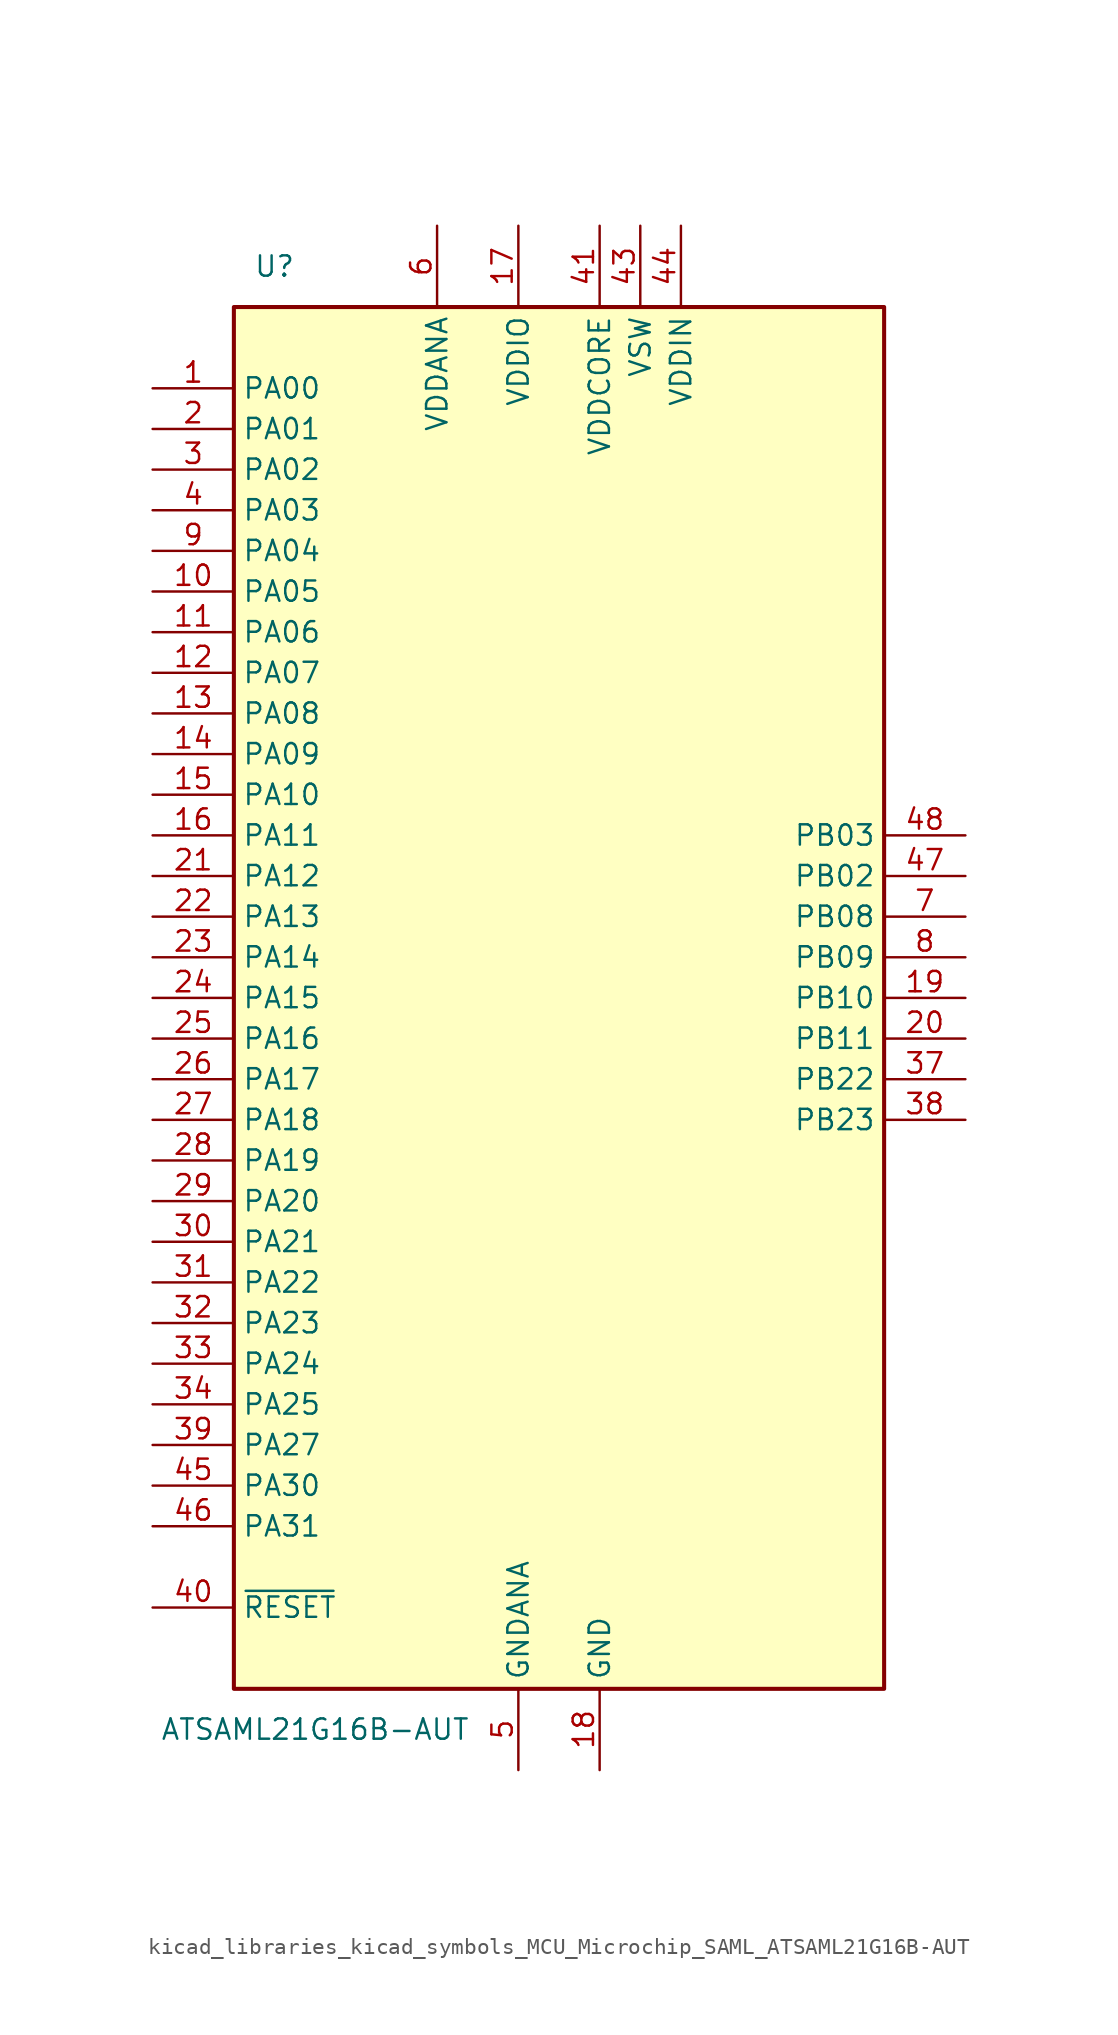
<source format=kicad_sym>
(kicad_symbol_lib
  (version 20220914)
  (generator kicad_symbol_editor)
  (symbol "kicad_libraries_kicad_symbols_MCU_Microchip_SAML_ATSAML21G16B-AUT"
    (property "Reference" "U"
      (at -17.78 45.72 0)
      (effects (font (size 1.27 1.27))))
    (property "Value" "ATSAML21G16B-AUT"
      (at -15.24 -45.72 0)
      (effects (font (size 1.27 1.27))))
    (symbol "kicad_libraries_kicad_symbols_MCU_Microchip_SAML_ATSAML21G16B-AUT_0_1"
      (rectangle (start -20.32 43.18) (end 20.32 -43.18) (stroke (width 0.254) (type default)) (fill (type background))))
    (symbol "kicad_libraries_kicad_symbols_MCU_Microchip_SAML_ATSAML21G16B-AUT_1_1"
      (pin bidirectional line (at -25.4 38.1 0) (length 5.08) (name "PA00" (effects (font (size 1.27 1.27)))) (number "1" (effects (font (size 1.27 1.27)))))
      (pin bidirectional line (at -25.4 25.4 0) (length 5.08) (name "PA05" (effects (font (size 1.27 1.27)))) (number "10" (effects (font (size 1.27 1.27)))))
      (pin bidirectional line (at -25.4 22.86 0) (length 5.08) (name "PA06" (effects (font (size 1.27 1.27)))) (number "11" (effects (font (size 1.27 1.27)))))
      (pin bidirectional line (at -25.4 20.32 0) (length 5.08) (name "PA07" (effects (font (size 1.27 1.27)))) (number "12" (effects (font (size 1.27 1.27)))))
      (pin bidirectional line (at -25.4 17.78 0) (length 5.08) (name "PA08" (effects (font (size 1.27 1.27)))) (number "13" (effects (font (size 1.27 1.27)))))
      (pin bidirectional line (at -25.4 15.24 0) (length 5.08) (name "PA09" (effects (font (size 1.27 1.27)))) (number "14" (effects (font (size 1.27 1.27)))))
      (pin bidirectional line (at -25.4 12.7 0) (length 5.08) (name "PA10" (effects (font (size 1.27 1.27)))) (number "15" (effects (font (size 1.27 1.27)))))
      (pin bidirectional line (at -25.4 10.16 0) (length 5.08) (name "PA11" (effects (font (size 1.27 1.27)))) (number "16" (effects (font (size 1.27 1.27)))))
      (pin power_in line (at -2.54 48.26 270) (length 5.08) (name "VDDIO" (effects (font (size 1.27 1.27)))) (number "17" (effects (font (size 1.27 1.27)))))
      (pin power_in line (at 2.54 -48.26 90) (length 5.08) (name "GND" (effects (font (size 1.27 1.27)))) (number "18" (effects (font (size 1.27 1.27)))))
      (pin bidirectional line (at 25.4 0 180) (length 5.08) (name "PB10" (effects (font (size 1.27 1.27)))) (number "19" (effects (font (size 1.27 1.27)))))
      (pin bidirectional line (at -25.4 35.56 0) (length 5.08) (name "PA01" (effects (font (size 1.27 1.27)))) (number "2" (effects (font (size 1.27 1.27)))))
      (pin bidirectional line (at 25.4 -2.54 180) (length 5.08) (name "PB11" (effects (font (size 1.27 1.27)))) (number "20" (effects (font (size 1.27 1.27)))))
      (pin bidirectional line (at -25.4 7.62 0) (length 5.08) (name "PA12" (effects (font (size 1.27 1.27)))) (number "21" (effects (font (size 1.27 1.27)))))
      (pin bidirectional line (at -25.4 5.08 0) (length 5.08) (name "PA13" (effects (font (size 1.27 1.27)))) (number "22" (effects (font (size 1.27 1.27)))))
      (pin bidirectional line (at -25.4 2.54 0) (length 5.08) (name "PA14" (effects (font (size 1.27 1.27)))) (number "23" (effects (font (size 1.27 1.27)))))
      (pin bidirectional line (at -25.4 0 0) (length 5.08) (name "PA15" (effects (font (size 1.27 1.27)))) (number "24" (effects (font (size 1.27 1.27)))))
      (pin bidirectional line (at -25.4 -2.54 0) (length 5.08) (name "PA16" (effects (font (size 1.27 1.27)))) (number "25" (effects (font (size 1.27 1.27)))))
      (pin bidirectional line (at -25.4 -5.08 0) (length 5.08) (name "PA17" (effects (font (size 1.27 1.27)))) (number "26" (effects (font (size 1.27 1.27)))))
      (pin bidirectional line (at -25.4 -7.62 0) (length 5.08) (name "PA18" (effects (font (size 1.27 1.27)))) (number "27" (effects (font (size 1.27 1.27)))))
      (pin bidirectional line (at -25.4 -10.16 0) (length 5.08) (name "PA19" (effects (font (size 1.27 1.27)))) (number "28" (effects (font (size 1.27 1.27)))))
      (pin bidirectional line (at -25.4 -12.7 0) (length 5.08) (name "PA20" (effects (font (size 1.27 1.27)))) (number "29" (effects (font (size 1.27 1.27)))))
      (pin bidirectional line (at -25.4 33.02 0) (length 5.08) (name "PA02" (effects (font (size 1.27 1.27)))) (number "3" (effects (font (size 1.27 1.27)))))
      (pin bidirectional line (at -25.4 -15.24 0) (length 5.08) (name "PA21" (effects (font (size 1.27 1.27)))) (number "30" (effects (font (size 1.27 1.27)))))
      (pin bidirectional line (at -25.4 -17.78 0) (length 5.08) (name "PA22" (effects (font (size 1.27 1.27)))) (number "31" (effects (font (size 1.27 1.27)))))
      (pin bidirectional line (at -25.4 -20.32 0) (length 5.08) (name "PA23" (effects (font (size 1.27 1.27)))) (number "32" (effects (font (size 1.27 1.27)))))
      (pin bidirectional line (at -25.4 -22.86 0) (length 5.08) (name "PA24" (effects (font (size 1.27 1.27)))) (number "33" (effects (font (size 1.27 1.27)))))
      (pin bidirectional line (at -25.4 -25.4 0) (length 5.08) (name "PA25" (effects (font (size 1.27 1.27)))) (number "34" (effects (font (size 1.27 1.27)))))
      (pin passive line (at 2.54 -48.26 90) (length 5.08) hide (name "GND" (effects (font (size 1.27 1.27)))) (number "35" (effects (font (size 1.27 1.27)))))
      (pin passive line (at -2.54 48.26 270) (length 5.08) hide (name "VDDIO" (effects (font (size 1.27 1.27)))) (number "36" (effects (font (size 1.27 1.27)))))
      (pin bidirectional line (at 25.4 -5.08 180) (length 5.08) (name "PB22" (effects (font (size 1.27 1.27)))) (number "37" (effects (font (size 1.27 1.27)))))
      (pin bidirectional line (at 25.4 -7.62 180) (length 5.08) (name "PB23" (effects (font (size 1.27 1.27)))) (number "38" (effects (font (size 1.27 1.27)))))
      (pin bidirectional line (at -25.4 -27.94 0) (length 5.08) (name "PA27" (effects (font (size 1.27 1.27)))) (number "39" (effects (font (size 1.27 1.27)))))
      (pin bidirectional line (at -25.4 30.48 0) (length 5.08) (name "PA03" (effects (font (size 1.27 1.27)))) (number "4" (effects (font (size 1.27 1.27)))))
      (pin input line (at -25.4 -38.1 0) (length 5.08) (name "~{RESET}" (effects (font (size 1.27 1.27)))) (number "40" (effects (font (size 1.27 1.27)))))
      (pin bidirectional line (at 2.54 48.26 270) (length 5.08) (name "VDDCORE" (effects (font (size 1.27 1.27)))) (number "41" (effects (font (size 1.27 1.27)))))
      (pin passive line (at 2.54 -48.26 90) (length 5.08) hide (name "GND" (effects (font (size 1.27 1.27)))) (number "42" (effects (font (size 1.27 1.27)))))
      (pin bidirectional line (at 5.08 48.26 270) (length 5.08) (name "VSW" (effects (font (size 1.27 1.27)))) (number "43" (effects (font (size 1.27 1.27)))))
      (pin bidirectional line (at 7.62 48.26 270) (length 5.08) (name "VDDIN" (effects (font (size 1.27 1.27)))) (number "44" (effects (font (size 1.27 1.27)))))
      (pin bidirectional line (at -25.4 -30.48 0) (length 5.08) (name "PA30" (effects (font (size 1.27 1.27)))) (number "45" (effects (font (size 1.27 1.27)))))
      (pin bidirectional line (at -25.4 -33.02 0) (length 5.08) (name "PA31" (effects (font (size 1.27 1.27)))) (number "46" (effects (font (size 1.27 1.27)))))
      (pin bidirectional line (at 25.4 7.62 180) (length 5.08) (name "PB02" (effects (font (size 1.27 1.27)))) (number "47" (effects (font (size 1.27 1.27)))))
      (pin bidirectional line (at 25.4 10.16 180) (length 5.08) (name "PB03" (effects (font (size 1.27 1.27)))) (number "48" (effects (font (size 1.27 1.27)))))
      (pin power_in line (at -2.54 -48.26 90) (length 5.08) (name "GNDANA" (effects (font (size 1.27 1.27)))) (number "5" (effects (font (size 1.27 1.27)))))
      (pin bidirectional line (at -7.62 48.26 270) (length 5.08) (name "VDDANA" (effects (font (size 1.27 1.27)))) (number "6" (effects (font (size 1.27 1.27)))))
      (pin bidirectional line (at 25.4 5.08 180) (length 5.08) (name "PB08" (effects (font (size 1.27 1.27)))) (number "7" (effects (font (size 1.27 1.27)))))
      (pin bidirectional line (at 25.4 2.54 180) (length 5.08) (name "PB09" (effects (font (size 1.27 1.27)))) (number "8" (effects (font (size 1.27 1.27)))))
      (pin bidirectional line (at -25.4 27.94 0) (length 5.08) (name "PA04" (effects (font (size 1.27 1.27)))) (number "9" (effects (font (size 1.27 1.27))))))))
</source>
